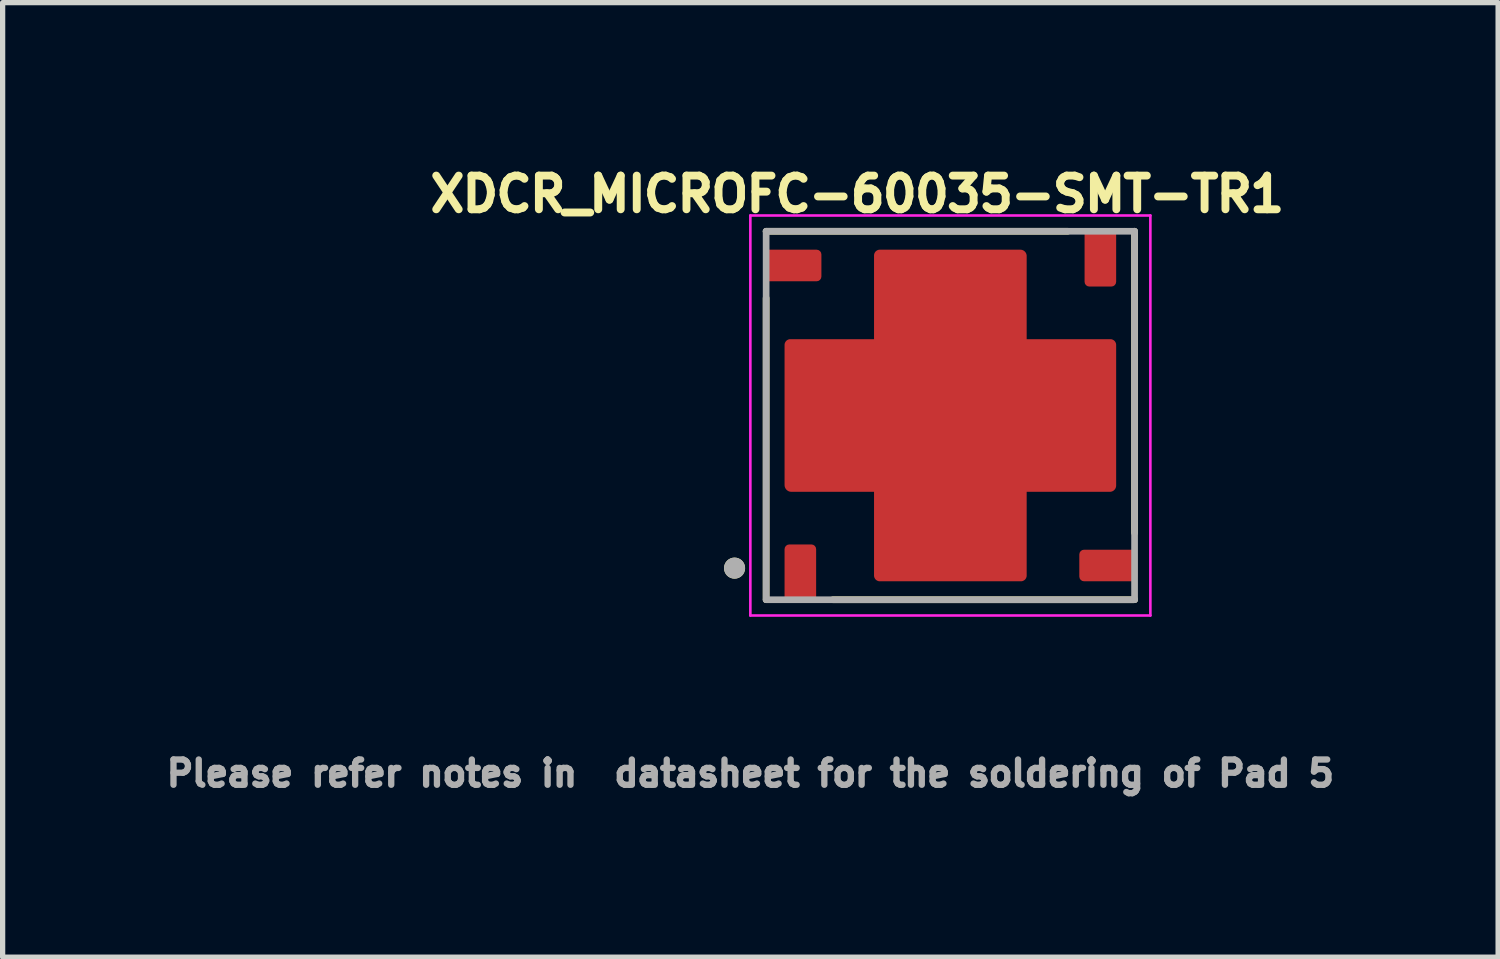
<source format=kicad_pcb>
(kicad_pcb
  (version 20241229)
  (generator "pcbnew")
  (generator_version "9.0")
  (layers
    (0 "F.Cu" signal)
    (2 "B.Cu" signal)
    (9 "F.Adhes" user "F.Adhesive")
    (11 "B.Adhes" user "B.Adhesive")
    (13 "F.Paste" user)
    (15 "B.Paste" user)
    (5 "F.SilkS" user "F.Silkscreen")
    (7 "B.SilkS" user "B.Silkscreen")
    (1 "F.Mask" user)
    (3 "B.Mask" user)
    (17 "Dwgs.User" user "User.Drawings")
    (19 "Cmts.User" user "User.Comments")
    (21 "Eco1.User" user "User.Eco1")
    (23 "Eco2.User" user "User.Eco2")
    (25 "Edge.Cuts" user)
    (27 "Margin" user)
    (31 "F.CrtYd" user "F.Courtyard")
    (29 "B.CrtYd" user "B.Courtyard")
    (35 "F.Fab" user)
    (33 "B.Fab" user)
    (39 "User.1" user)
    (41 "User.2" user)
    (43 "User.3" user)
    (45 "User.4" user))
  (footprint "XDCR_MICROFC-60035-SMT-TR1"
    (layer "F.Cu")
    (at 15.006 4.844)
    (property "Reference" "XDCR_MICROFC-60035-SMT-TR1" (at -1.768 -4.206 0) (layer "F.SilkS") (effects (font (size 0.64 0.64) (thickness 0.15))))
    (attr smd)
    (fp_poly (pts (xy -1.55 -1.55) (xy -1.55 -3.04) (xy -1.55 -3.051) (xy -1.549 -3.062) (xy -1.547 -3.073) (xy -1.545 -3.084) (xy -1.543 -3.094) (xy -1.54 -3.105) (xy -1.536 -3.115) (xy -1.532 -3.125) (xy -1.527 -3.135) (xy -1.522 -3.145) (xy -1.516 -3.154) (xy -1.51 -3.163) (xy -1.503 -3.172) (xy -1.496 -3.181) (xy -1.488 -3.188) (xy -1.481 -3.196) (xy -1.472 -3.203) (xy -1.463 -3.21) (xy -1.454 -3.216) (xy -1.445 -3.222) (xy -1.435 -3.227) (xy -1.425 -3.232) (xy -1.415 -3.236) (xy -1.405 -3.24) (xy -1.394 -3.243) (xy -1.384 -3.245) (xy -1.373 -3.247) (xy -1.362 -3.249) (xy -1.351 -3.25) (xy -1.34 -3.25) (xy -1.32 -3.25) (xy 1.33 -3.25) (xy 1.342 -3.25) (xy 1.353 -3.249) (xy 1.364 -3.247) (xy 1.376 -3.245) (xy 1.387 -3.243) (xy 1.398 -3.239) (xy 1.409 -3.235) (xy 1.419 -3.231) (xy 1.43 -3.226) (xy 1.44 -3.221) (xy 1.45 -3.215) (xy 1.459 -3.208) (xy 1.468 -3.201) (xy 1.477 -3.193) (xy 1.486 -3.186) (xy 1.493 -3.177) (xy 1.501 -3.168) (xy 1.508 -3.159) (xy 1.515 -3.15) (xy 1.521 -3.14) (xy 1.526 -3.13) (xy 1.531 -3.119) (xy 1.535 -3.109) (xy 1.539 -3.098) (xy 1.543 -3.087) (xy 1.545 -3.076) (xy 1.547 -3.064) (xy 1.549 -3.053) (xy 1.55 -3.042) (xy 1.55 -3.03) (xy 1.55 -1.55) (xy 3.04 -1.55) (xy 3.051 -1.55) (xy 3.062 -1.549) (xy 3.073 -1.547) (xy 3.084 -1.545) (xy 3.094 -1.543) (xy 3.105 -1.54) (xy 3.115 -1.536) (xy 3.125 -1.532) (xy 3.135 -1.527) (xy 3.145 -1.522) (xy 3.154 -1.516) (xy 3.163 -1.51) (xy 3.172 -1.503) (xy 3.181 -1.496) (xy 3.188 -1.488) (xy 3.196 -1.481) (xy 3.203 -1.472) (xy 3.21 -1.463) (xy 3.216 -1.454) (xy 3.222 -1.445) (xy 3.227 -1.435) (xy 3.232 -1.425) (xy 3.236 -1.415) (xy 3.24 -1.405) (xy 3.243 -1.394) (xy 3.245 -1.384) (xy 3.247 -1.373) (xy 3.249 -1.362) (xy 3.25 -1.351) (xy 3.25 -1.34) (xy 3.25 -1.31) (xy 3.25 1.3) (xy 3.25 1.33) (xy 3.25 1.342) (xy 3.249 1.353) (xy 3.247 1.364) (xy 3.245 1.376) (xy 3.243 1.387) (xy 3.239 1.398) (xy 3.235 1.409) (xy 3.231 1.419) (xy 3.226 1.43) (xy 3.221 1.44) (xy 3.215 1.45) (xy 3.208 1.459) (xy 3.201 1.468) (xy 3.193 1.477) (xy 3.186 1.486) (xy 3.177 1.493) (xy 3.168 1.501) (xy 3.159 1.508) (xy 3.15 1.515) (xy 3.14 1.521) (xy 3.13 1.526) (xy 3.119 1.531) (xy 3.109 1.535) (xy 3.098 1.539) (xy 3.087 1.543) (xy 3.076 1.545) (xy 3.064 1.547) (xy 3.053 1.549) (xy 3.042 1.55) (xy 3.03 1.55) (xy 1.55 1.55) (xy 1.55 3.04) (xy 1.55 3.051) (xy 1.549 3.062) (xy 1.547 3.073) (xy 1.545 3.084) (xy 1.543 3.094) (xy 1.54 3.105) (xy 1.536 3.115) (xy 1.532 3.125) (xy 1.527 3.135) (xy 1.522 3.145) (xy 1.516 3.154) (xy 1.51 3.163) (xy 1.503 3.172) (xy 1.496 3.181) (xy 1.488 3.188) (xy 1.481 3.196) (xy 1.472 3.203) (xy 1.463 3.21) (xy 1.454 3.216) (xy 1.445 3.222) (xy 1.435 3.227) (xy 1.425 3.232) (xy 1.415 3.236) (xy 1.405 3.24) (xy 1.394 3.243) (xy 1.384 3.245) (xy 1.373 3.247) (xy 1.362 3.249) (xy 1.351 3.25) (xy 1.34 3.25) (xy 1.31 3.25) (xy -1.32 3.25) (xy -1.34 3.25) (xy -1.351 3.25) (xy -1.362 3.249) (xy -1.373 3.247) (xy -1.384 3.245) (xy -1.394 3.243) (xy -1.405 3.24) (xy -1.415 3.236) (xy -1.425 3.232) (xy -1.435 3.227) (xy -1.445 3.222) (xy -1.454 3.216) (xy -1.463 3.21) (xy -1.472 3.203) (xy -1.481 3.196) (xy -1.488 3.188) (xy -1.496 3.181) (xy -1.503 3.172) (xy -1.51 3.163) (xy -1.516 3.154) (xy -1.522 3.145) (xy -1.527 3.135) (xy -1.532 3.125) (xy -1.536 3.115) (xy -1.54 3.105) (xy -1.543 3.094) (xy -1.545 3.084) (xy -1.547 3.073) (xy -1.549 3.062) (xy -1.55 3.051) (xy -1.55 3.04) (xy -1.55 1.55) (xy -3.02 1.55) (xy -3.032 1.55) (xy -3.044 1.549) (xy -3.056 1.547) (xy -3.068 1.545) (xy -3.08 1.542) (xy -3.091 1.539) (xy -3.102 1.535) (xy -3.114 1.53) (xy -3.124 1.525) (xy -3.135 1.519) (xy -3.145 1.513) (xy -3.155 1.506) (xy -3.165 1.499) (xy -3.174 1.491) (xy -3.183 1.483) (xy -3.191 1.474) (xy -3.199 1.465) (xy -3.206 1.455) (xy -3.213 1.445) (xy -3.219 1.435) (xy -3.225 1.424) (xy -3.23 1.414) (xy -3.235 1.402) (xy -3.239 1.391) (xy -3.242 1.38) (xy -3.245 1.368) (xy -3.247 1.356) (xy -3.249 1.344) (xy -3.25 1.332) (xy -3.25 1.32) (xy -3.25 -1.32) (xy -3.25 -1.34) (xy -3.25 -1.351) (xy -3.249 -1.362) (xy -3.247 -1.373) (xy -3.245 -1.384) (xy -3.243 -1.394) (xy -3.24 -1.405) (xy -3.236 -1.415) (xy -3.232 -1.425) (xy -3.227 -1.435) (xy -3.222 -1.445) (xy -3.216 -1.454) (xy -3.21 -1.463) (xy -3.203 -1.472) (xy -3.196 -1.481) (xy -3.188 -1.488) (xy -3.181 -1.496) (xy -3.172 -1.503) (xy -3.163 -1.51) (xy -3.154 -1.516) (xy -3.145 -1.522) (xy -3.135 -1.527) (xy -3.125 -1.532) (xy -3.115 -1.536) (xy -3.105 -1.54) (xy -3.094 -1.543) (xy -3.084 -1.545) (xy -3.073 -1.547) (xy -3.062 -1.549) (xy -3.051 -1.55) (xy -3.04 -1.55) (xy -1.55 -1.55)) (stroke (width 0.0001) (type solid)) (fill yes) (layer "F.Mask"))
    (fp_line (start -3.5 -3.5) (end 2.23 -3.5) (stroke (width 0.127) (type solid)) (layer "F.SilkS"))
    (fp_line (start -3.5 -2.23) (end -3.5 3.5) (stroke (width 0.127) (type solid)) (layer "F.SilkS"))
    (fp_line (start -2.23 3.5) (end 3.5 3.5) (stroke (width 0.127) (type solid)) (layer "F.SilkS"))
    (fp_line (start 3.5 -3.5) (end 3.5 2.23) (stroke (width 0.127) (type solid)) (layer "F.SilkS"))
    (fp_circle (center -4.1 2.9) (end -4 2.9) (stroke (width 0.2) (type solid)) (fill no) (layer "F.SilkS"))
    (fp_poly (pts (xy -3.325 -0.6) (xy -1.275 -0.6) (xy -1.275 0.6) (xy -3.325 0.6)) (stroke (width 0.01) (type solid)) (fill yes) (layer "F.Paste"))
    (fp_poly (pts (xy -1.025 -2.9) (xy 1.025 -2.9) (xy 1.025 -1.7) (xy -1.025 -1.7)) (stroke (width 0.01) (type solid)) (fill yes) (layer "F.Paste"))
    (fp_poly (pts (xy -1.025 -1.025) (xy 1.025 -1.025) (xy 1.025 1.025) (xy -1.025 1.025)) (stroke (width 0.01) (type solid)) (fill yes) (layer "F.Paste"))
    (fp_poly (pts (xy -1.025 1.7) (xy 1.025 1.7) (xy 1.025 2.9) (xy -1.025 2.9)) (stroke (width 0.01) (type solid)) (fill yes) (layer "F.Paste"))
    (fp_poly (pts (xy 1.275 -0.6) (xy 3.325 -0.6) (xy 3.325 0.6) (xy 1.275 0.6)) (stroke (width 0.01) (type solid)) (fill yes) (layer "F.Paste"))
    (fp_line (start -3.8 -3.8) (end 3.8 -3.8) (stroke (width 0.05) (type solid)) (layer "F.CrtYd"))
    (fp_line (start -3.8 3.8) (end -3.8 -3.8) (stroke (width 0.05) (type solid)) (layer "F.CrtYd"))
    (fp_line (start 3.8 -3.8) (end 3.8 3.8) (stroke (width 0.05) (type solid)) (layer "F.CrtYd"))
    (fp_line (start 3.8 3.8) (end -3.8 3.8) (stroke (width 0.05) (type solid)) (layer "F.CrtYd"))
    (fp_line (start -3.5 -3.5) (end 3.5 -3.5) (stroke (width 0.127) (type solid)) (layer "F.Fab"))
    (fp_line (start -3.5 3.5) (end -3.5 -3.5) (stroke (width 0.127) (type solid)) (layer "F.Fab"))
    (fp_line (start 3.5 -3.5) (end 3.5 3.5) (stroke (width 0.127) (type solid)) (layer "F.Fab"))
    (fp_line (start 3.5 3.5) (end -3.5 3.5) (stroke (width 0.127) (type solid)) (layer "F.Fab"))
    (fp_circle (center -4.1 2.9) (end -4 2.9) (stroke (width 0.2) (type solid)) (fill no) (layer "F.Fab"))
    (fp_text user "Please refer notes in  datasheet for the soldering of Pad 5" (at -3.8 6.8 0) (layer "F.Fab") (effects (font (size 0.48 0.48) (thickness 0.15))))
    (pad "1" smd roundrect (at -2.85 3 90) (size 1.1 0.6) (layers "F.Cu" "F.Mask" "F.Paste") (roundrect_rratio 0.15))
    (pad "2" smd roundrect (at 3 2.85 180) (size 1.1 0.6) (layers "F.Cu" "F.Mask" "F.Paste") (roundrect_rratio 0.15))
    (pad "3" smd roundrect (at 2.85 -3 270) (size 1.1 0.6) (layers "F.Cu" "F.Mask" "F.Paste") (roundrect_rratio 0.15))
    (pad "4" smd roundrect (at -3 -2.85) (size 1.1 0.6) (layers "F.Cu" "F.Mask" "F.Paste") (roundrect_rratio 0.15))
    (pad "5" smd custom (at 0 0) (size 2.9 2.9) (layers "F.Cu") (options (anchor rect)) (primitives (gr_poly (pts (xy -1.45 -1.45) (xy -1.45 -3.04) (xy -1.45 -3.046) (xy -1.449 -3.051) (xy -1.449 -3.057) (xy -1.448 -3.063) (xy -1.446 -3.068) (xy -1.445 -3.074) (xy -1.443 -3.079) (xy -1.44 -3.085) (xy -1.438 -3.09) (xy -1.435 -3.095) (xy -1.432 -3.1) (xy -1.429 -3.105) (xy -1.425 -3.109) (xy -1.422 -3.114) (xy -1.418 -3.118) (xy -1.414 -3.122) (xy -1.409 -3.125) (xy -1.405 -3.129) (xy -1.4 -3.132) (xy -1.395 -3.135) (xy -1.39 -3.138) (xy -1.385 -3.14) (xy -1.379 -3.143) (xy -1.374 -3.145) (xy -1.368 -3.146) (xy -1.363 -3.148) (xy -1.357 -3.149) (xy -1.351 -3.149) (xy -1.346 -3.15) (xy -1.34 -3.15) (xy -1.32 -3.15) (xy 1.33 -3.15) (xy 1.336 -3.15) (xy 1.343 -3.149) (xy 1.349 -3.149) (xy 1.355 -3.147) (xy 1.361 -3.146) (xy 1.367 -3.144) (xy 1.373 -3.142) (xy 1.379 -3.14) (xy 1.384 -3.137) (xy 1.39 -3.134) (xy 1.395 -3.131) (xy 1.401 -3.127) (xy 1.406 -3.123) (xy 1.41 -3.119) (xy 1.415 -3.115) (xy 1.419 -3.11) (xy 1.423 -3.106) (xy 1.427 -3.101) (xy 1.431 -3.095) (xy 1.434 -3.09) (xy 1.437 -3.084) (xy 1.44 -3.079) (xy 1.442 -3.073) (xy 1.444 -3.067) (xy 1.446 -3.061) (xy 1.447 -3.055) (xy 1.449 -3.049) (xy 1.449 -3.043) (xy 1.45 -3.036) (xy 1.45 -3.03) (xy 1.45 -1.45) (xy 3.04 -1.45) (xy 3.046 -1.45) (xy 3.051 -1.449) (xy 3.057 -1.449) (xy 3.063 -1.448) (xy 3.068 -1.446) (xy 3.074 -1.445) (xy 3.079 -1.443) (xy 3.085 -1.44) (xy 3.09 -1.438) (xy 3.095 -1.435) (xy 3.1 -1.432) (xy 3.105 -1.429) (xy 3.109 -1.425) (xy 3.114 -1.422) (xy 3.118 -1.418) (xy 3.122 -1.414) (xy 3.125 -1.409) (xy 3.129 -1.405) (xy 3.132 -1.4) (xy 3.135 -1.395) (xy 3.138 -1.39) (xy 3.14 -1.385) (xy 3.143 -1.379) (xy 3.145 -1.374) (xy 3.146 -1.368) (xy 3.148 -1.363) (xy 3.149 -1.357) (xy 3.149 -1.351) (xy 3.15 -1.346) (xy 3.15 -1.34) (xy 3.15 -1.31) (xy 3.15 1.3) (xy 3.15 1.33) (xy 3.15 1.336) (xy 3.149 1.343) (xy 3.149 1.349) (xy 3.147 1.355) (xy 3.146 1.361) (xy 3.144 1.367) (xy 3.142 1.373) (xy 3.14 1.379) (xy 3.137 1.384) (xy 3.134 1.39) (xy 3.131 1.395) (xy 3.127 1.401) (xy 3.123 1.406) (xy 3.119 1.41) (xy 3.115 1.415) (xy 3.11 1.419) (xy 3.106 1.423) (xy 3.101 1.427) (xy 3.095 1.431) (xy 3.09 1.434) (xy 3.084 1.437) (xy 3.079 1.44) (xy 3.073 1.442) (xy 3.067 1.444) (xy 3.061 1.446) (xy 3.055 1.447) (xy 3.049 1.449) (xy 3.043 1.449) (xy 3.036 1.45) (xy 3.03 1.45) (xy 1.45 1.45) (xy 1.45 3.04) (xy 1.45 3.046) (xy 1.449 3.051) (xy 1.449 3.057) (xy 1.448 3.063) (xy 1.446 3.068) (xy 1.445 3.074) (xy 1.443 3.079) (xy 1.44 3.085) (xy 1.438 3.09) (xy 1.435 3.095) (xy 1.432 3.1) (xy 1.429 3.105) (xy 1.425 3.109) (xy 1.422 3.114) (xy 1.418 3.118) (xy 1.414 3.122) (xy 1.409 3.125) (xy 1.405 3.129) (xy 1.4 3.132) (xy 1.395 3.135) (xy 1.39 3.138) (xy 1.385 3.14) (xy 1.379 3.143) (xy 1.374 3.145) (xy 1.368 3.146) (xy 1.363 3.148) (xy 1.357 3.149) (xy 1.351 3.149) (xy 1.346 3.15) (xy 1.34 3.15) (xy 1.31 3.15) (xy -1.32 3.15) (xy -1.34 3.15) (xy -1.346 3.15) (xy -1.351 3.149) (xy -1.357 3.149) (xy -1.363 3.148) (xy -1.368 3.146) (xy -1.374 3.145) (xy -1.379 3.143) (xy -1.385 3.14) (xy -1.39 3.138) (xy -1.395 3.135) (xy -1.4 3.132) (xy -1.405 3.129) (xy -1.409 3.125) (xy -1.414 3.122) (xy -1.418 3.118) (xy -1.422 3.114) (xy -1.425 3.109) (xy -1.429 3.105) (xy -1.432 3.1) (xy -1.435 3.095) (xy -1.438 3.09) (xy -1.44 3.085) (xy -1.443 3.079) (xy -1.445 3.074) (xy -1.446 3.068) (xy -1.448 3.063) (xy -1.449 3.057) (xy -1.449 3.051) (xy -1.45 3.046) (xy -1.45 3.04) (xy -1.45 1.45) (xy -3.02 1.45) (xy -3.027 1.45) (xy -3.034 1.449) (xy -3.04 1.448) (xy -3.047 1.447) (xy -3.054 1.446) (xy -3.06 1.444) (xy -3.067 1.441) (xy -3.073 1.439) (xy -3.079 1.436) (xy -3.085 1.433) (xy -3.091 1.429) (xy -3.096 1.425) (xy -3.102 1.421) (xy -3.107 1.417) (xy -3.112 1.412) (xy -3.117 1.407) (xy -3.121 1.402) (xy -3.125 1.396) (xy -3.129 1.391) (xy -3.133 1.385) (xy -3.136 1.379) (xy -3.139 1.373) (xy -3.141 1.367) (xy -3.144 1.36) (xy -3.146 1.354) (xy -3.147 1.347) (xy -3.148 1.34) (xy -3.149 1.334) (xy -3.15 1.327) (xy -3.15 1.32) (xy -3.15 -1.32) (xy -3.15 -1.34) (xy -3.15 -1.346) (xy -3.149 -1.351) (xy -3.149 -1.357) (xy -3.148 -1.363) (xy -3.146 -1.368) (xy -3.145 -1.374) (xy -3.143 -1.379) (xy -3.14 -1.385) (xy -3.138 -1.39) (xy -3.135 -1.395) (xy -3.132 -1.4) (xy -3.129 -1.405) (xy -3.125 -1.409) (xy -3.122 -1.414) (xy -3.118 -1.418) (xy -3.114 -1.422) (xy -3.109 -1.425) (xy -3.105 -1.429) (xy -3.1 -1.432) (xy -3.095 -1.435) (xy -3.09 -1.438) (xy -3.085 -1.44) (xy -3.079 -1.443) (xy -3.074 -1.445) (xy -3.068 -1.446) (xy -3.063 -1.448) (xy -3.057 -1.449) (xy -3.051 -1.449) (xy -3.046 -1.45) (xy -3.04 -1.45) (xy -1.45 -1.45)) (width 0.0001) (fill yes)))))
  (gr_rect
    (start -3 -3)
    (end 25.413 15.135)
    (stroke (width 0.1) (type default))
    (fill no)
    (layer "Edge.Cuts")))
</source>
